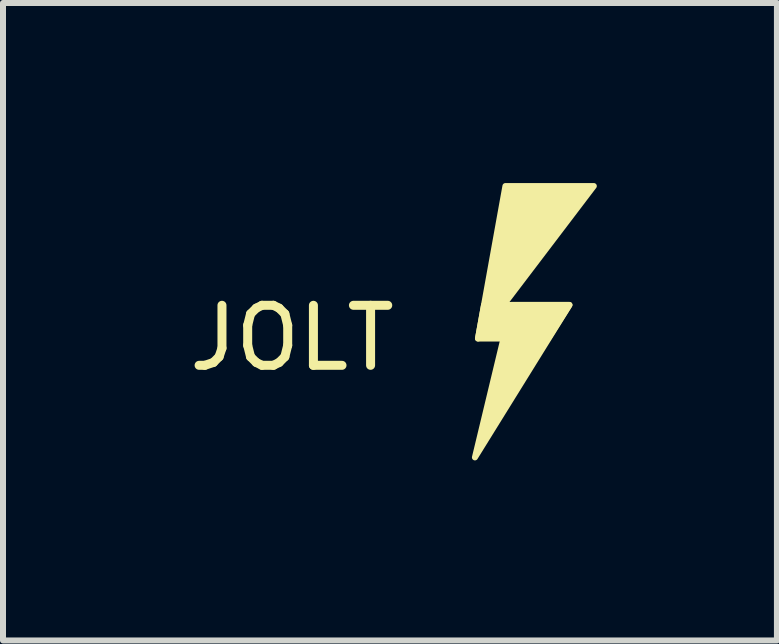
<source format=kicad_pcb>
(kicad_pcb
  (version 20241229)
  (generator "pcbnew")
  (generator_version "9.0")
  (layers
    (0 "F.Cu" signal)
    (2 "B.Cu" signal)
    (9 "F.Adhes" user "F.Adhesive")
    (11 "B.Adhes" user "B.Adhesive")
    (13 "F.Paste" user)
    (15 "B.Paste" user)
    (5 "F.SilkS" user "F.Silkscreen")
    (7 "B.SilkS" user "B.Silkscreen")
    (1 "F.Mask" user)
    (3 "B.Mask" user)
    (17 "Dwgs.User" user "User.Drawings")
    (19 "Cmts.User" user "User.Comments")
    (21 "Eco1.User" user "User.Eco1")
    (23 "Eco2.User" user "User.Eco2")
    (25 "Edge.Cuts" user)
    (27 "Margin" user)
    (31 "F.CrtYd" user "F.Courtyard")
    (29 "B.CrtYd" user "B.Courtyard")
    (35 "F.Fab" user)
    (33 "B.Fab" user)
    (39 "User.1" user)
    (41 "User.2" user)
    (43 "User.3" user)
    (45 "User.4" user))
  (footprint "JOLT"
    (layer "F.Cu")
    (at 1.815 2.082)
    (property "Reference" "JOLT" (at 0 0.5 0) (layer "F.SilkS") (effects (font (size 1 1) (thickness 0.15))))
    (attr through_hole)
    (fp_poly (pts (xy 3.048 2.489) (xy 3.658 -0.051) (xy 4.623 -0.051)) (stroke (width 0.1) (type solid)) (fill yes) (layer "F.SilkS"))
    (fp_poly (pts (xy 3.099 0.508) (xy 3.556 -2.032) (xy 5.029 -2.032)) (stroke (width 0.1) (type solid)) (fill yes) (layer "F.SilkS"))
    (fp_poly (pts (xy 4.267 0.508) (xy 3.099 0.508) (xy 3.2 -0.051) (xy 4.623 -0.051)) (stroke (width 0.1) (type solid)) (fill yes) (layer "F.SilkS")))
  (gr_rect
    (start -3 -3)
    (end 9.895 7.621)
    (stroke (width 0.1) (type default))
    (fill no)
    (layer "Edge.Cuts")))
</source>
